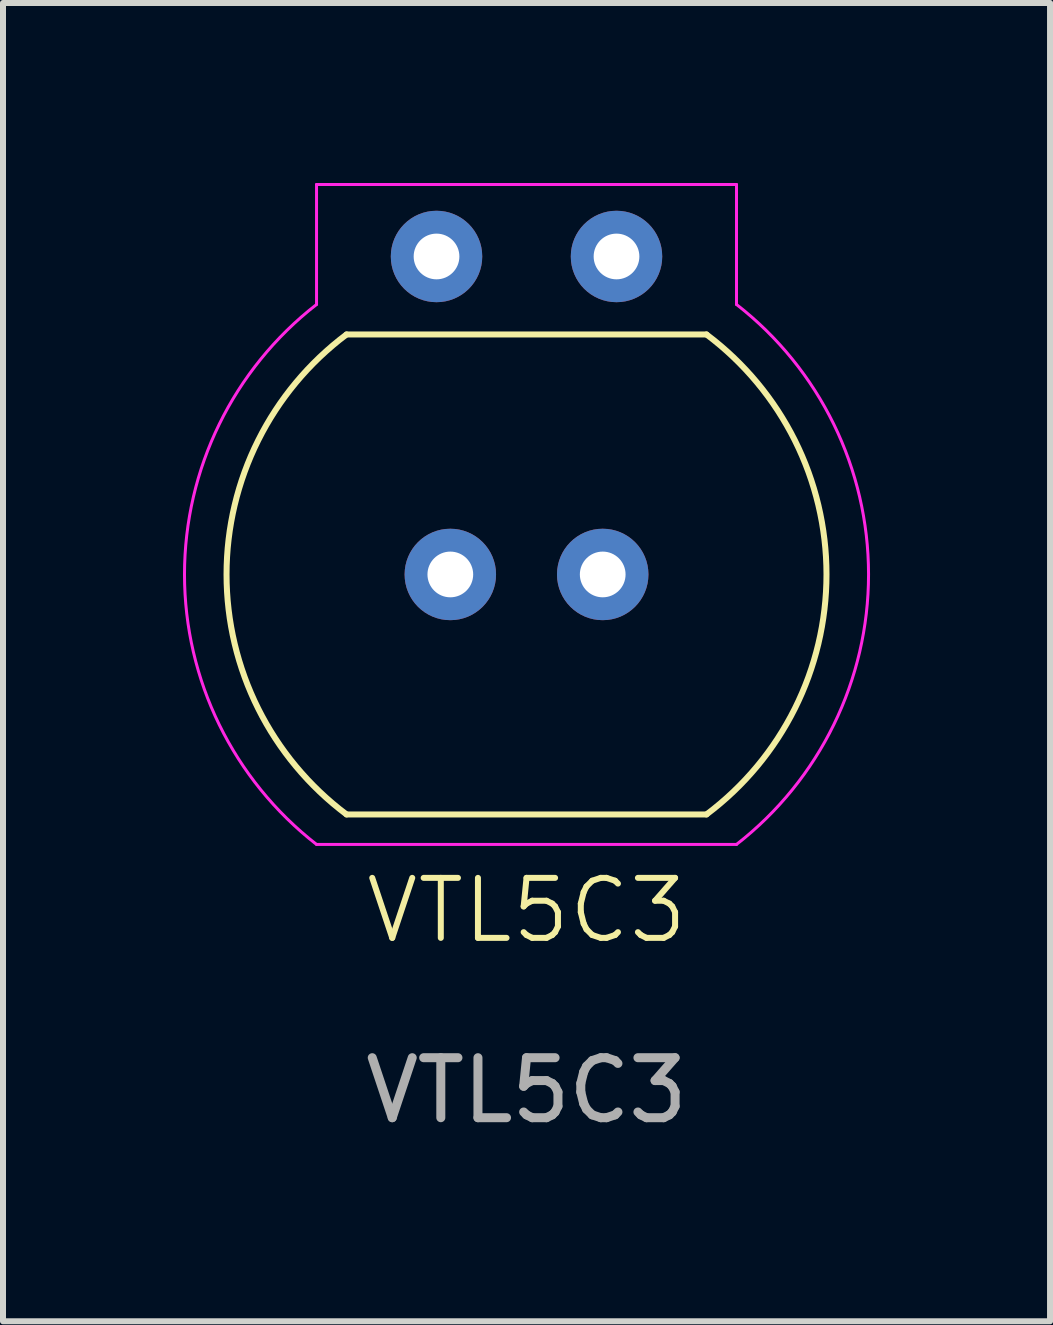
<source format=kicad_pcb>
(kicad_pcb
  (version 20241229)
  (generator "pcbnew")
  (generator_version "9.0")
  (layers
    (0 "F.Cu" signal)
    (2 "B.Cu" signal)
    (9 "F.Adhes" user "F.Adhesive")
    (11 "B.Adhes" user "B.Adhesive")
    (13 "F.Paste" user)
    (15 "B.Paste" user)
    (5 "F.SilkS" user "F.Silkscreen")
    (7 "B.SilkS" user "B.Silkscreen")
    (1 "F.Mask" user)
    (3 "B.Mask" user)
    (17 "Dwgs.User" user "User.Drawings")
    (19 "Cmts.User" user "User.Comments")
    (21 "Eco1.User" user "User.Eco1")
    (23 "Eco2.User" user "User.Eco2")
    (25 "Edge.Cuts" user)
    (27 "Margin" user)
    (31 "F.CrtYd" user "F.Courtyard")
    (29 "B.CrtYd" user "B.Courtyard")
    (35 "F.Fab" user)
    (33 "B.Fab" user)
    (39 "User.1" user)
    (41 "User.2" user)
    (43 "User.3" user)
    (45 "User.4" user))
  (footprint "VTL5C3"
    (layer "F.Cu")
    (at 5.726 6.525)
    (property "Reference" "VTL5C3" (at 0 5.6 0) (unlocked yes) (layer "F.SilkS") (effects (font (size 1 1) (thickness 0.1))))
    (attr through_hole)
    (fp_line (start -3 4) (end 3 4) (stroke (width 0.1) (type default)) (layer "F.SilkS"))
    (fp_line (start 3 -4) (end -3 -4) (stroke (width 0.1) (type default)) (layer "F.SilkS"))
    (fp_arc (start -3 4) (mid -5 0) (end -3 -4) (stroke (width 0.1) (type default)) (layer "F.SilkS"))
    (fp_arc (start 3 -4) (mid 5 0) (end 3 4) (stroke (width 0.1) (type default)) (layer "F.SilkS"))
    (fp_line (start -3.5 -6.5) (end -3.5 -4.5) (stroke (width 0.05) (type default)) (layer "F.CrtYd"))
    (fp_line (start 3.5 -6.5) (end -3.5 -6.5) (stroke (width 0.05) (type default)) (layer "F.CrtYd"))
    (fp_line (start 3.5 -4.5) (end 3.5 -6.5) (stroke (width 0.05) (type default)) (layer "F.CrtYd"))
    (fp_line (start 3.5 4.5) (end -3.5 4.5) (stroke (width 0.05) (type default)) (layer "F.CrtYd"))
    (fp_arc (start -3.5 4.5) (mid -5.700877 0) (end -3.5 -4.5) (stroke (width 0.05) (type default)) (layer "F.CrtYd"))
    (fp_arc (start 3.5 -4.5) (mid 5.700877 0) (end 3.5 4.5) (stroke (width 0.05) (type default)) (layer "F.CrtYd"))
    (fp_text user "${REFERENCE}" (at 0 8.6 0) (unlocked yes) (layer "F.Fab") (effects (font (size 1 1) (thickness 0.15))))
    (pad "1" thru_hole circle (at -1.27 0) (size 1.524 1.524) (drill 0.762) (layers "*.Cu" "*.Mask"))
    (pad "2" thru_hole circle (at 1.27 0) (size 1.524 1.524) (drill 0.762) (layers "*.Cu" "*.Mask"))
    (pad "3" thru_hole circle (at -1.5 -5.3) (size 1.524 1.524) (drill 0.762) (layers "*.Cu" "*.Mask"))
    (pad "4" thru_hole circle (at 1.5 -5.3) (size 1.524 1.524) (drill 0.762) (layers "*.Cu" "*.Mask")))
  (gr_rect
    (start -3 -3)
    (end 14.452 18.973)
    (stroke (width 0.1) (type default))
    (fill no)
    (layer "Edge.Cuts")))
</source>
